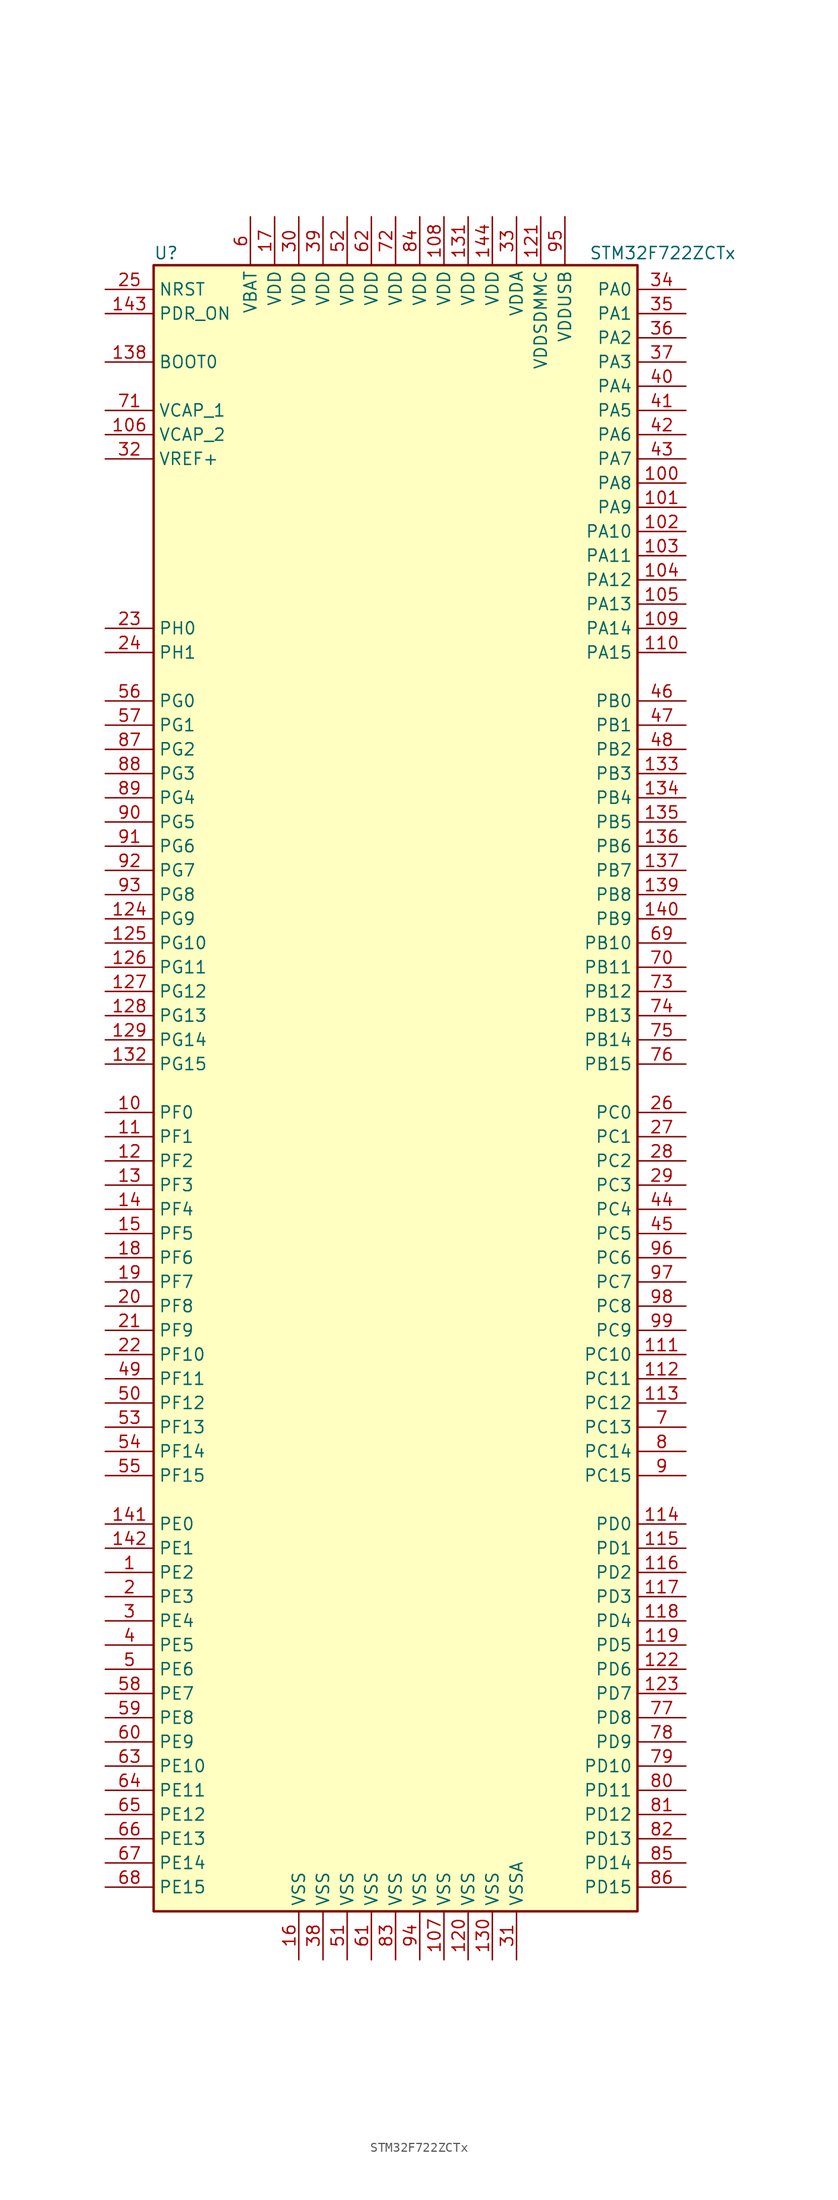
<source format=kicad_sym>
(kicad_symbol_lib
  (version 20211014)
  (generator kicad_symbol_editor)
  (symbol "STM32F722ZCTx"
    (property "Reference" "U"
      (at -25.4 87.63 0)
      (effects (font (size 1.27 1.27)) (justify left)))
    (property "Value" "STM32F722ZCTx"
      (at 20.32 87.63 0)
      (effects (font (size 1.27 1.27)) (justify left)))
    (symbol "STM32F722ZCTx_0_1"
      (rectangle (start -25.4 -86.36) (end 25.4 86.36) (stroke (width 0.254) (type default) (color 0 0 0 0)) (fill (type background))))
    (symbol "STM32F722ZCTx_1_1"
      (pin bidirectional line (at -30.48 -50.8 0) (length 5.08) (name "PE2" (effects (font (size 1.27 1.27)))) (number "1" (effects (font (size 1.27 1.27)))))
      (pin bidirectional line (at -30.48 -2.54 0) (length 5.08) (name "PF0" (effects (font (size 1.27 1.27)))) (number "10" (effects (font (size 1.27 1.27)))))
      (pin bidirectional line (at 30.48 63.5 180) (length 5.08) (name "PA8" (effects (font (size 1.27 1.27)))) (number "100" (effects (font (size 1.27 1.27)))))
      (pin bidirectional line (at 30.48 60.96 180) (length 5.08) (name "PA9" (effects (font (size 1.27 1.27)))) (number "101" (effects (font (size 1.27 1.27)))))
      (pin bidirectional line (at 30.48 58.42 180) (length 5.08) (name "PA10" (effects (font (size 1.27 1.27)))) (number "102" (effects (font (size 1.27 1.27)))))
      (pin bidirectional line (at 30.48 55.88 180) (length 5.08) (name "PA11" (effects (font (size 1.27 1.27)))) (number "103" (effects (font (size 1.27 1.27)))))
      (pin bidirectional line (at 30.48 53.34 180) (length 5.08) (name "PA12" (effects (font (size 1.27 1.27)))) (number "104" (effects (font (size 1.27 1.27)))))
      (pin bidirectional line (at 30.48 50.8 180) (length 5.08) (name "PA13" (effects (font (size 1.27 1.27)))) (number "105" (effects (font (size 1.27 1.27)))))
      (pin power_in line (at -30.48 68.58 0) (length 5.08) (name "VCAP_2" (effects (font (size 1.27 1.27)))) (number "106" (effects (font (size 1.27 1.27)))))
      (pin power_in line (at 5.08 -91.44 90) (length 5.08) (name "VSS" (effects (font (size 1.27 1.27)))) (number "107" (effects (font (size 1.27 1.27)))))
      (pin power_in line (at 5.08 91.44 270) (length 5.08) (name "VDD" (effects (font (size 1.27 1.27)))) (number "108" (effects (font (size 1.27 1.27)))))
      (pin bidirectional line (at 30.48 48.26 180) (length 5.08) (name "PA14" (effects (font (size 1.27 1.27)))) (number "109" (effects (font (size 1.27 1.27)))))
      (pin bidirectional line (at -30.48 -5.08 0) (length 5.08) (name "PF1" (effects (font (size 1.27 1.27)))) (number "11" (effects (font (size 1.27 1.27)))))
      (pin bidirectional line (at 30.48 45.72 180) (length 5.08) (name "PA15" (effects (font (size 1.27 1.27)))) (number "110" (effects (font (size 1.27 1.27)))))
      (pin bidirectional line (at 30.48 -27.94 180) (length 5.08) (name "PC10" (effects (font (size 1.27 1.27)))) (number "111" (effects (font (size 1.27 1.27)))))
      (pin bidirectional line (at 30.48 -30.48 180) (length 5.08) (name "PC11" (effects (font (size 1.27 1.27)))) (number "112" (effects (font (size 1.27 1.27)))))
      (pin bidirectional line (at 30.48 -33.02 180) (length 5.08) (name "PC12" (effects (font (size 1.27 1.27)))) (number "113" (effects (font (size 1.27 1.27)))))
      (pin bidirectional line (at 30.48 -45.72 180) (length 5.08) (name "PD0" (effects (font (size 1.27 1.27)))) (number "114" (effects (font (size 1.27 1.27)))))
      (pin bidirectional line (at 30.48 -48.26 180) (length 5.08) (name "PD1" (effects (font (size 1.27 1.27)))) (number "115" (effects (font (size 1.27 1.27)))))
      (pin bidirectional line (at 30.48 -50.8 180) (length 5.08) (name "PD2" (effects (font (size 1.27 1.27)))) (number "116" (effects (font (size 1.27 1.27)))))
      (pin bidirectional line (at 30.48 -53.34 180) (length 5.08) (name "PD3" (effects (font (size 1.27 1.27)))) (number "117" (effects (font (size 1.27 1.27)))))
      (pin bidirectional line (at 30.48 -55.88 180) (length 5.08) (name "PD4" (effects (font (size 1.27 1.27)))) (number "118" (effects (font (size 1.27 1.27)))))
      (pin bidirectional line (at 30.48 -58.42 180) (length 5.08) (name "PD5" (effects (font (size 1.27 1.27)))) (number "119" (effects (font (size 1.27 1.27)))))
      (pin bidirectional line (at -30.48 -7.62 0) (length 5.08) (name "PF2" (effects (font (size 1.27 1.27)))) (number "12" (effects (font (size 1.27 1.27)))))
      (pin power_in line (at 7.62 -91.44 90) (length 5.08) (name "VSS" (effects (font (size 1.27 1.27)))) (number "120" (effects (font (size 1.27 1.27)))))
      (pin power_in line (at 15.24 91.44 270) (length 5.08) (name "VDDSDMMC" (effects (font (size 1.27 1.27)))) (number "121" (effects (font (size 1.27 1.27)))))
      (pin bidirectional line (at 30.48 -60.96 180) (length 5.08) (name "PD6" (effects (font (size 1.27 1.27)))) (number "122" (effects (font (size 1.27 1.27)))))
      (pin bidirectional line (at 30.48 -63.5 180) (length 5.08) (name "PD7" (effects (font (size 1.27 1.27)))) (number "123" (effects (font (size 1.27 1.27)))))
      (pin bidirectional line (at -30.48 17.78 0) (length 5.08) (name "PG9" (effects (font (size 1.27 1.27)))) (number "124" (effects (font (size 1.27 1.27)))))
      (pin bidirectional line (at -30.48 15.24 0) (length 5.08) (name "PG10" (effects (font (size 1.27 1.27)))) (number "125" (effects (font (size 1.27 1.27)))))
      (pin bidirectional line (at -30.48 12.7 0) (length 5.08) (name "PG11" (effects (font (size 1.27 1.27)))) (number "126" (effects (font (size 1.27 1.27)))))
      (pin bidirectional line (at -30.48 10.16 0) (length 5.08) (name "PG12" (effects (font (size 1.27 1.27)))) (number "127" (effects (font (size 1.27 1.27)))))
      (pin bidirectional line (at -30.48 7.62 0) (length 5.08) (name "PG13" (effects (font (size 1.27 1.27)))) (number "128" (effects (font (size 1.27 1.27)))))
      (pin bidirectional line (at -30.48 5.08 0) (length 5.08) (name "PG14" (effects (font (size 1.27 1.27)))) (number "129" (effects (font (size 1.27 1.27)))))
      (pin bidirectional line (at -30.48 -10.16 0) (length 5.08) (name "PF3" (effects (font (size 1.27 1.27)))) (number "13" (effects (font (size 1.27 1.27)))))
      (pin power_in line (at 10.16 -91.44 90) (length 5.08) (name "VSS" (effects (font (size 1.27 1.27)))) (number "130" (effects (font (size 1.27 1.27)))))
      (pin power_in line (at 7.62 91.44 270) (length 5.08) (name "VDD" (effects (font (size 1.27 1.27)))) (number "131" (effects (font (size 1.27 1.27)))))
      (pin bidirectional line (at -30.48 2.54 0) (length 5.08) (name "PG15" (effects (font (size 1.27 1.27)))) (number "132" (effects (font (size 1.27 1.27)))))
      (pin bidirectional line (at 30.48 33.02 180) (length 5.08) (name "PB3" (effects (font (size 1.27 1.27)))) (number "133" (effects (font (size 1.27 1.27)))))
      (pin bidirectional line (at 30.48 30.48 180) (length 5.08) (name "PB4" (effects (font (size 1.27 1.27)))) (number "134" (effects (font (size 1.27 1.27)))))
      (pin bidirectional line (at 30.48 27.94 180) (length 5.08) (name "PB5" (effects (font (size 1.27 1.27)))) (number "135" (effects (font (size 1.27 1.27)))))
      (pin bidirectional line (at 30.48 25.4 180) (length 5.08) (name "PB6" (effects (font (size 1.27 1.27)))) (number "136" (effects (font (size 1.27 1.27)))))
      (pin bidirectional line (at 30.48 22.86 180) (length 5.08) (name "PB7" (effects (font (size 1.27 1.27)))) (number "137" (effects (font (size 1.27 1.27)))))
      (pin input line (at -30.48 76.2 0) (length 5.08) (name "BOOT0" (effects (font (size 1.27 1.27)))) (number "138" (effects (font (size 1.27 1.27)))))
      (pin bidirectional line (at 30.48 20.32 180) (length 5.08) (name "PB8" (effects (font (size 1.27 1.27)))) (number "139" (effects (font (size 1.27 1.27)))))
      (pin bidirectional line (at -30.48 -12.7 0) (length 5.08) (name "PF4" (effects (font (size 1.27 1.27)))) (number "14" (effects (font (size 1.27 1.27)))))
      (pin bidirectional line (at 30.48 17.78 180) (length 5.08) (name "PB9" (effects (font (size 1.27 1.27)))) (number "140" (effects (font (size 1.27 1.27)))))
      (pin bidirectional line (at -30.48 -45.72 0) (length 5.08) (name "PE0" (effects (font (size 1.27 1.27)))) (number "141" (effects (font (size 1.27 1.27)))))
      (pin bidirectional line (at -30.48 -48.26 0) (length 5.08) (name "PE1" (effects (font (size 1.27 1.27)))) (number "142" (effects (font (size 1.27 1.27)))))
      (pin input line (at -30.48 81.28 0) (length 5.08) (name "PDR_ON" (effects (font (size 1.27 1.27)))) (number "143" (effects (font (size 1.27 1.27)))))
      (pin power_in line (at 10.16 91.44 270) (length 5.08) (name "VDD" (effects (font (size 1.27 1.27)))) (number "144" (effects (font (size 1.27 1.27)))))
      (pin bidirectional line (at -30.48 -15.24 0) (length 5.08) (name "PF5" (effects (font (size 1.27 1.27)))) (number "15" (effects (font (size 1.27 1.27)))))
      (pin power_in line (at -10.16 -91.44 90) (length 5.08) (name "VSS" (effects (font (size 1.27 1.27)))) (number "16" (effects (font (size 1.27 1.27)))))
      (pin power_in line (at -12.7 91.44 270) (length 5.08) (name "VDD" (effects (font (size 1.27 1.27)))) (number "17" (effects (font (size 1.27 1.27)))))
      (pin bidirectional line (at -30.48 -17.78 0) (length 5.08) (name "PF6" (effects (font (size 1.27 1.27)))) (number "18" (effects (font (size 1.27 1.27)))))
      (pin bidirectional line (at -30.48 -20.32 0) (length 5.08) (name "PF7" (effects (font (size 1.27 1.27)))) (number "19" (effects (font (size 1.27 1.27)))))
      (pin bidirectional line (at -30.48 -53.34 0) (length 5.08) (name "PE3" (effects (font (size 1.27 1.27)))) (number "2" (effects (font (size 1.27 1.27)))))
      (pin bidirectional line (at -30.48 -22.86 0) (length 5.08) (name "PF8" (effects (font (size 1.27 1.27)))) (number "20" (effects (font (size 1.27 1.27)))))
      (pin bidirectional line (at -30.48 -25.4 0) (length 5.08) (name "PF9" (effects (font (size 1.27 1.27)))) (number "21" (effects (font (size 1.27 1.27)))))
      (pin bidirectional line (at -30.48 -27.94 0) (length 5.08) (name "PF10" (effects (font (size 1.27 1.27)))) (number "22" (effects (font (size 1.27 1.27)))))
      (pin input line (at -30.48 48.26 0) (length 5.08) (name "PH0" (effects (font (size 1.27 1.27)))) (number "23" (effects (font (size 1.27 1.27)))))
      (pin input line (at -30.48 45.72 0) (length 5.08) (name "PH1" (effects (font (size 1.27 1.27)))) (number "24" (effects (font (size 1.27 1.27)))))
      (pin input line (at -30.48 83.82 0) (length 5.08) (name "NRST" (effects (font (size 1.27 1.27)))) (number "25" (effects (font (size 1.27 1.27)))))
      (pin bidirectional line (at 30.48 -2.54 180) (length 5.08) (name "PC0" (effects (font (size 1.27 1.27)))) (number "26" (effects (font (size 1.27 1.27)))))
      (pin bidirectional line (at 30.48 -5.08 180) (length 5.08) (name "PC1" (effects (font (size 1.27 1.27)))) (number "27" (effects (font (size 1.27 1.27)))))
      (pin bidirectional line (at 30.48 -7.62 180) (length 5.08) (name "PC2" (effects (font (size 1.27 1.27)))) (number "28" (effects (font (size 1.27 1.27)))))
      (pin bidirectional line (at 30.48 -10.16 180) (length 5.08) (name "PC3" (effects (font (size 1.27 1.27)))) (number "29" (effects (font (size 1.27 1.27)))))
      (pin bidirectional line (at -30.48 -55.88 0) (length 5.08) (name "PE4" (effects (font (size 1.27 1.27)))) (number "3" (effects (font (size 1.27 1.27)))))
      (pin power_in line (at -10.16 91.44 270) (length 5.08) (name "VDD" (effects (font (size 1.27 1.27)))) (number "30" (effects (font (size 1.27 1.27)))))
      (pin power_in line (at 12.7 -91.44 90) (length 5.08) (name "VSSA" (effects (font (size 1.27 1.27)))) (number "31" (effects (font (size 1.27 1.27)))))
      (pin power_in line (at -30.48 66.04 0) (length 5.08) (name "VREF+" (effects (font (size 1.27 1.27)))) (number "32" (effects (font (size 1.27 1.27)))))
      (pin power_in line (at 12.7 91.44 270) (length 5.08) (name "VDDA" (effects (font (size 1.27 1.27)))) (number "33" (effects (font (size 1.27 1.27)))))
      (pin bidirectional line (at 30.48 83.82 180) (length 5.08) (name "PA0" (effects (font (size 1.27 1.27)))) (number "34" (effects (font (size 1.27 1.27)))))
      (pin bidirectional line (at 30.48 81.28 180) (length 5.08) (name "PA1" (effects (font (size 1.27 1.27)))) (number "35" (effects (font (size 1.27 1.27)))))
      (pin bidirectional line (at 30.48 78.74 180) (length 5.08) (name "PA2" (effects (font (size 1.27 1.27)))) (number "36" (effects (font (size 1.27 1.27)))))
      (pin bidirectional line (at 30.48 76.2 180) (length 5.08) (name "PA3" (effects (font (size 1.27 1.27)))) (number "37" (effects (font (size 1.27 1.27)))))
      (pin power_in line (at -7.62 -91.44 90) (length 5.08) (name "VSS" (effects (font (size 1.27 1.27)))) (number "38" (effects (font (size 1.27 1.27)))))
      (pin power_in line (at -7.62 91.44 270) (length 5.08) (name "VDD" (effects (font (size 1.27 1.27)))) (number "39" (effects (font (size 1.27 1.27)))))
      (pin bidirectional line (at -30.48 -58.42 0) (length 5.08) (name "PE5" (effects (font (size 1.27 1.27)))) (number "4" (effects (font (size 1.27 1.27)))))
      (pin bidirectional line (at 30.48 73.66 180) (length 5.08) (name "PA4" (effects (font (size 1.27 1.27)))) (number "40" (effects (font (size 1.27 1.27)))))
      (pin bidirectional line (at 30.48 71.12 180) (length 5.08) (name "PA5" (effects (font (size 1.27 1.27)))) (number "41" (effects (font (size 1.27 1.27)))))
      (pin bidirectional line (at 30.48 68.58 180) (length 5.08) (name "PA6" (effects (font (size 1.27 1.27)))) (number "42" (effects (font (size 1.27 1.27)))))
      (pin bidirectional line (at 30.48 66.04 180) (length 5.08) (name "PA7" (effects (font (size 1.27 1.27)))) (number "43" (effects (font (size 1.27 1.27)))))
      (pin bidirectional line (at 30.48 -12.7 180) (length 5.08) (name "PC4" (effects (font (size 1.27 1.27)))) (number "44" (effects (font (size 1.27 1.27)))))
      (pin bidirectional line (at 30.48 -15.24 180) (length 5.08) (name "PC5" (effects (font (size 1.27 1.27)))) (number "45" (effects (font (size 1.27 1.27)))))
      (pin bidirectional line (at 30.48 40.64 180) (length 5.08) (name "PB0" (effects (font (size 1.27 1.27)))) (number "46" (effects (font (size 1.27 1.27)))))
      (pin bidirectional line (at 30.48 38.1 180) (length 5.08) (name "PB1" (effects (font (size 1.27 1.27)))) (number "47" (effects (font (size 1.27 1.27)))))
      (pin bidirectional line (at 30.48 35.56 180) (length 5.08) (name "PB2" (effects (font (size 1.27 1.27)))) (number "48" (effects (font (size 1.27 1.27)))))
      (pin bidirectional line (at -30.48 -30.48 0) (length 5.08) (name "PF11" (effects (font (size 1.27 1.27)))) (number "49" (effects (font (size 1.27 1.27)))))
      (pin bidirectional line (at -30.48 -60.96 0) (length 5.08) (name "PE6" (effects (font (size 1.27 1.27)))) (number "5" (effects (font (size 1.27 1.27)))))
      (pin bidirectional line (at -30.48 -33.02 0) (length 5.08) (name "PF12" (effects (font (size 1.27 1.27)))) (number "50" (effects (font (size 1.27 1.27)))))
      (pin power_in line (at -5.08 -91.44 90) (length 5.08) (name "VSS" (effects (font (size 1.27 1.27)))) (number "51" (effects (font (size 1.27 1.27)))))
      (pin power_in line (at -5.08 91.44 270) (length 5.08) (name "VDD" (effects (font (size 1.27 1.27)))) (number "52" (effects (font (size 1.27 1.27)))))
      (pin bidirectional line (at -30.48 -35.56 0) (length 5.08) (name "PF13" (effects (font (size 1.27 1.27)))) (number "53" (effects (font (size 1.27 1.27)))))
      (pin bidirectional line (at -30.48 -38.1 0) (length 5.08) (name "PF14" (effects (font (size 1.27 1.27)))) (number "54" (effects (font (size 1.27 1.27)))))
      (pin bidirectional line (at -30.48 -40.64 0) (length 5.08) (name "PF15" (effects (font (size 1.27 1.27)))) (number "55" (effects (font (size 1.27 1.27)))))
      (pin bidirectional line (at -30.48 40.64 0) (length 5.08) (name "PG0" (effects (font (size 1.27 1.27)))) (number "56" (effects (font (size 1.27 1.27)))))
      (pin bidirectional line (at -30.48 38.1 0) (length 5.08) (name "PG1" (effects (font (size 1.27 1.27)))) (number "57" (effects (font (size 1.27 1.27)))))
      (pin bidirectional line (at -30.48 -63.5 0) (length 5.08) (name "PE7" (effects (font (size 1.27 1.27)))) (number "58" (effects (font (size 1.27 1.27)))))
      (pin bidirectional line (at -30.48 -66.04 0) (length 5.08) (name "PE8" (effects (font (size 1.27 1.27)))) (number "59" (effects (font (size 1.27 1.27)))))
      (pin power_in line (at -15.24 91.44 270) (length 5.08) (name "VBAT" (effects (font (size 1.27 1.27)))) (number "6" (effects (font (size 1.27 1.27)))))
      (pin bidirectional line (at -30.48 -68.58 0) (length 5.08) (name "PE9" (effects (font (size 1.27 1.27)))) (number "60" (effects (font (size 1.27 1.27)))))
      (pin power_in line (at -2.54 -91.44 90) (length 5.08) (name "VSS" (effects (font (size 1.27 1.27)))) (number "61" (effects (font (size 1.27 1.27)))))
      (pin power_in line (at -2.54 91.44 270) (length 5.08) (name "VDD" (effects (font (size 1.27 1.27)))) (number "62" (effects (font (size 1.27 1.27)))))
      (pin bidirectional line (at -30.48 -71.12 0) (length 5.08) (name "PE10" (effects (font (size 1.27 1.27)))) (number "63" (effects (font (size 1.27 1.27)))))
      (pin bidirectional line (at -30.48 -73.66 0) (length 5.08) (name "PE11" (effects (font (size 1.27 1.27)))) (number "64" (effects (font (size 1.27 1.27)))))
      (pin bidirectional line (at -30.48 -76.2 0) (length 5.08) (name "PE12" (effects (font (size 1.27 1.27)))) (number "65" (effects (font (size 1.27 1.27)))))
      (pin bidirectional line (at -30.48 -78.74 0) (length 5.08) (name "PE13" (effects (font (size 1.27 1.27)))) (number "66" (effects (font (size 1.27 1.27)))))
      (pin bidirectional line (at -30.48 -81.28 0) (length 5.08) (name "PE14" (effects (font (size 1.27 1.27)))) (number "67" (effects (font (size 1.27 1.27)))))
      (pin bidirectional line (at -30.48 -83.82 0) (length 5.08) (name "PE15" (effects (font (size 1.27 1.27)))) (number "68" (effects (font (size 1.27 1.27)))))
      (pin bidirectional line (at 30.48 15.24 180) (length 5.08) (name "PB10" (effects (font (size 1.27 1.27)))) (number "69" (effects (font (size 1.27 1.27)))))
      (pin bidirectional line (at 30.48 -35.56 180) (length 5.08) (name "PC13" (effects (font (size 1.27 1.27)))) (number "7" (effects (font (size 1.27 1.27)))))
      (pin bidirectional line (at 30.48 12.7 180) (length 5.08) (name "PB11" (effects (font (size 1.27 1.27)))) (number "70" (effects (font (size 1.27 1.27)))))
      (pin power_in line (at -30.48 71.12 0) (length 5.08) (name "VCAP_1" (effects (font (size 1.27 1.27)))) (number "71" (effects (font (size 1.27 1.27)))))
      (pin power_in line (at 0 91.44 270) (length 5.08) (name "VDD" (effects (font (size 1.27 1.27)))) (number "72" (effects (font (size 1.27 1.27)))))
      (pin bidirectional line (at 30.48 10.16 180) (length 5.08) (name "PB12" (effects (font (size 1.27 1.27)))) (number "73" (effects (font (size 1.27 1.27)))))
      (pin bidirectional line (at 30.48 7.62 180) (length 5.08) (name "PB13" (effects (font (size 1.27 1.27)))) (number "74" (effects (font (size 1.27 1.27)))))
      (pin bidirectional line (at 30.48 5.08 180) (length 5.08) (name "PB14" (effects (font (size 1.27 1.27)))) (number "75" (effects (font (size 1.27 1.27)))))
      (pin bidirectional line (at 30.48 2.54 180) (length 5.08) (name "PB15" (effects (font (size 1.27 1.27)))) (number "76" (effects (font (size 1.27 1.27)))))
      (pin bidirectional line (at 30.48 -66.04 180) (length 5.08) (name "PD8" (effects (font (size 1.27 1.27)))) (number "77" (effects (font (size 1.27 1.27)))))
      (pin bidirectional line (at 30.48 -68.58 180) (length 5.08) (name "PD9" (effects (font (size 1.27 1.27)))) (number "78" (effects (font (size 1.27 1.27)))))
      (pin bidirectional line (at 30.48 -71.12 180) (length 5.08) (name "PD10" (effects (font (size 1.27 1.27)))) (number "79" (effects (font (size 1.27 1.27)))))
      (pin bidirectional line (at 30.48 -38.1 180) (length 5.08) (name "PC14" (effects (font (size 1.27 1.27)))) (number "8" (effects (font (size 1.27 1.27)))))
      (pin bidirectional line (at 30.48 -73.66 180) (length 5.08) (name "PD11" (effects (font (size 1.27 1.27)))) (number "80" (effects (font (size 1.27 1.27)))))
      (pin bidirectional line (at 30.48 -76.2 180) (length 5.08) (name "PD12" (effects (font (size 1.27 1.27)))) (number "81" (effects (font (size 1.27 1.27)))))
      (pin bidirectional line (at 30.48 -78.74 180) (length 5.08) (name "PD13" (effects (font (size 1.27 1.27)))) (number "82" (effects (font (size 1.27 1.27)))))
      (pin power_in line (at 0 -91.44 90) (length 5.08) (name "VSS" (effects (font (size 1.27 1.27)))) (number "83" (effects (font (size 1.27 1.27)))))
      (pin power_in line (at 2.54 91.44 270) (length 5.08) (name "VDD" (effects (font (size 1.27 1.27)))) (number "84" (effects (font (size 1.27 1.27)))))
      (pin bidirectional line (at 30.48 -81.28 180) (length 5.08) (name "PD14" (effects (font (size 1.27 1.27)))) (number "85" (effects (font (size 1.27 1.27)))))
      (pin bidirectional line (at 30.48 -83.82 180) (length 5.08) (name "PD15" (effects (font (size 1.27 1.27)))) (number "86" (effects (font (size 1.27 1.27)))))
      (pin bidirectional line (at -30.48 35.56 0) (length 5.08) (name "PG2" (effects (font (size 1.27 1.27)))) (number "87" (effects (font (size 1.27 1.27)))))
      (pin bidirectional line (at -30.48 33.02 0) (length 5.08) (name "PG3" (effects (font (size 1.27 1.27)))) (number "88" (effects (font (size 1.27 1.27)))))
      (pin bidirectional line (at -30.48 30.48 0) (length 5.08) (name "PG4" (effects (font (size 1.27 1.27)))) (number "89" (effects (font (size 1.27 1.27)))))
      (pin bidirectional line (at 30.48 -40.64 180) (length 5.08) (name "PC15" (effects (font (size 1.27 1.27)))) (number "9" (effects (font (size 1.27 1.27)))))
      (pin bidirectional line (at -30.48 27.94 0) (length 5.08) (name "PG5" (effects (font (size 1.27 1.27)))) (number "90" (effects (font (size 1.27 1.27)))))
      (pin bidirectional line (at -30.48 25.4 0) (length 5.08) (name "PG6" (effects (font (size 1.27 1.27)))) (number "91" (effects (font (size 1.27 1.27)))))
      (pin bidirectional line (at -30.48 22.86 0) (length 5.08) (name "PG7" (effects (font (size 1.27 1.27)))) (number "92" (effects (font (size 1.27 1.27)))))
      (pin bidirectional line (at -30.48 20.32 0) (length 5.08) (name "PG8" (effects (font (size 1.27 1.27)))) (number "93" (effects (font (size 1.27 1.27)))))
      (pin power_in line (at 2.54 -91.44 90) (length 5.08) (name "VSS" (effects (font (size 1.27 1.27)))) (number "94" (effects (font (size 1.27 1.27)))))
      (pin power_in line (at 17.78 91.44 270) (length 5.08) (name "VDDUSB" (effects (font (size 1.27 1.27)))) (number "95" (effects (font (size 1.27 1.27)))))
      (pin bidirectional line (at 30.48 -17.78 180) (length 5.08) (name "PC6" (effects (font (size 1.27 1.27)))) (number "96" (effects (font (size 1.27 1.27)))))
      (pin bidirectional line (at 30.48 -20.32 180) (length 5.08) (name "PC7" (effects (font (size 1.27 1.27)))) (number "97" (effects (font (size 1.27 1.27)))))
      (pin bidirectional line (at 30.48 -22.86 180) (length 5.08) (name "PC8" (effects (font (size 1.27 1.27)))) (number "98" (effects (font (size 1.27 1.27)))))
      (pin bidirectional line (at 30.48 -25.4 180) (length 5.08) (name "PC9" (effects (font (size 1.27 1.27)))) (number "99" (effects (font (size 1.27 1.27))))))))
</source>
